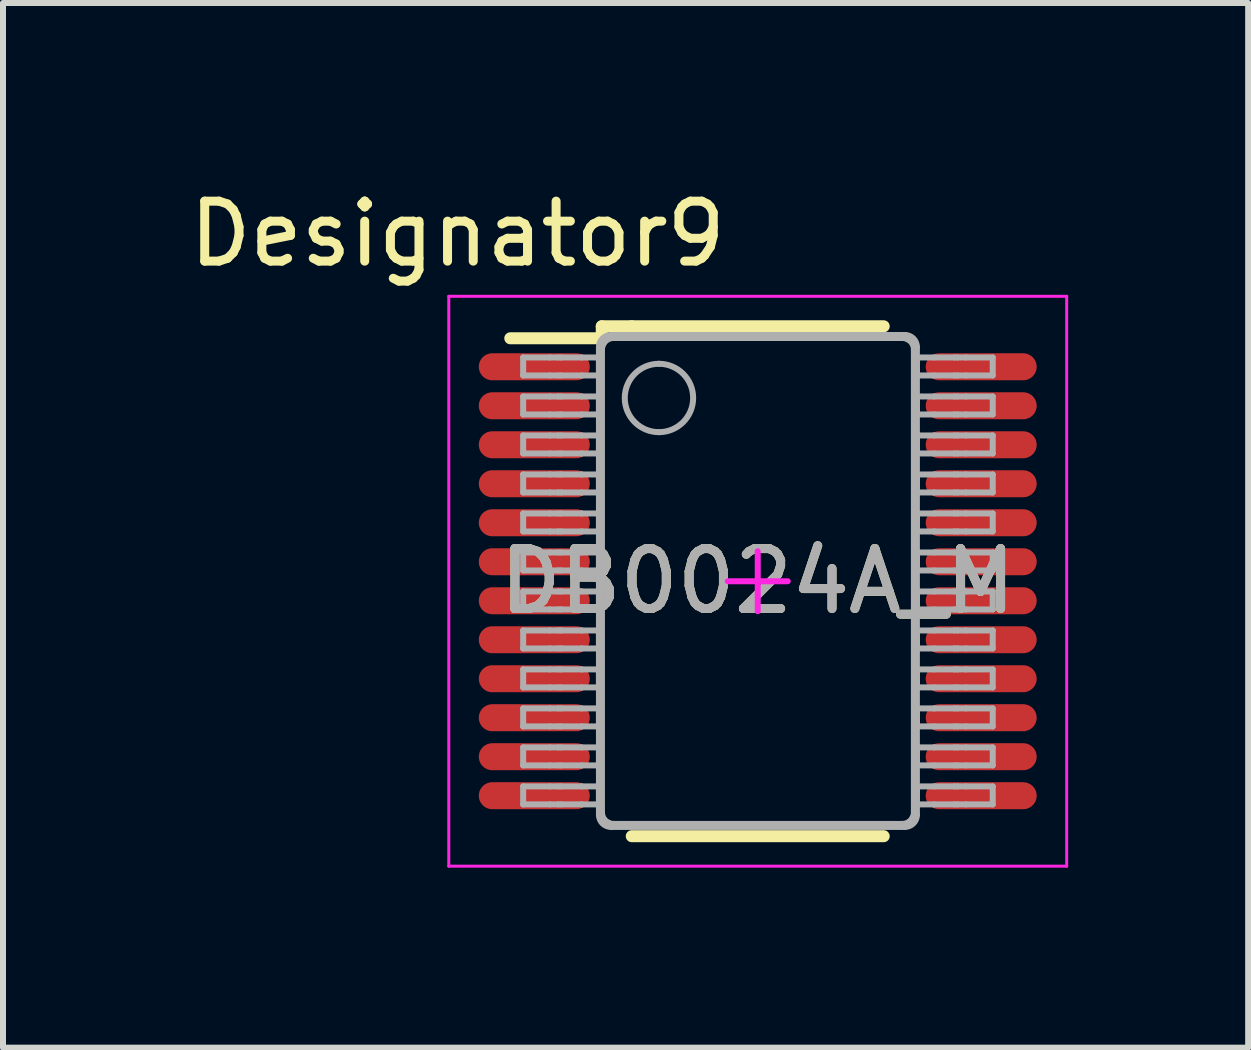
<source format=kicad_pcb>
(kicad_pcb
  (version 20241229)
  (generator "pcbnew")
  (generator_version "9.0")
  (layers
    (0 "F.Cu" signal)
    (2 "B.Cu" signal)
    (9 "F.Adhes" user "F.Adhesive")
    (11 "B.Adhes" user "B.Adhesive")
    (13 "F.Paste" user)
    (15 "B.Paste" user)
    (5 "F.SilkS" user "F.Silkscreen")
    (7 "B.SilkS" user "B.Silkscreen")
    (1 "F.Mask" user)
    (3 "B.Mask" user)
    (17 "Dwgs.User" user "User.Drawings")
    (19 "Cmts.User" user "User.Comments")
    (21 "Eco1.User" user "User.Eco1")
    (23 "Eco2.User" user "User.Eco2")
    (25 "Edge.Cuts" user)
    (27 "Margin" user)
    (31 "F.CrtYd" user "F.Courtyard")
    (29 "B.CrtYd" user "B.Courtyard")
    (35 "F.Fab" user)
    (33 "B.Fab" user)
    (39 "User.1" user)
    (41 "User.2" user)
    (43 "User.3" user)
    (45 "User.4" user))
  (footprint "DB0024A_M"
    (layer "F.Cu")
    (at 9.581 6.639)
    (property "Reference" "DB0024A_M" (at 0 0 0) (unlocked yes) (layer "F.SilkS") (effects (font (size 1 1) (thickness 0.15))))
    (attr smd)
    (fp_line (start -4.125 -4.05) (end -2.6 -4.05) (stroke (width 0.2) (type solid)) (layer "F.SilkS"))
    (fp_line (start -2.6 -4.25) (end -2.1 -4.25) (stroke (width 0.2) (type solid)) (layer "F.SilkS"))
    (fp_line (start -2.6 -4.05) (end -2.6 -4.25) (stroke (width 0.2) (type solid)) (layer "F.SilkS"))
    (fp_line (start -2.1 -4.25) (end 2.1 -4.25) (stroke (width 0.2) (type solid)) (layer "F.SilkS"))
    (fp_line (start -2.1 4.25) (end 2.1 4.25) (stroke (width 0.2) (type solid)) (layer "F.SilkS"))
    (fp_line (start -5.15 -4.75) (end 5.15 -4.75) (stroke (width 0.05) (type solid)) (layer "F.CrtYd"))
    (fp_line (start -5.15 4.75) (end -5.15 -4.75) (stroke (width 0.05) (type solid)) (layer "F.CrtYd"))
    (fp_line (start -5.15 4.75) (end 5.15 4.75) (stroke (width 0.05) (type solid)) (layer "F.CrtYd"))
    (fp_line (start -0.5 0) (end 0.5 0) (stroke (width 0.1) (type solid)) (layer "F.CrtYd"))
    (fp_line (start -0.000003 0.5) (end -0.000003 -0.5) (stroke (width 0.1) (type solid)) (layer "F.CrtYd"))
    (fp_line (start 5.15 4.75) (end 5.15 -4.75) (stroke (width 0.05) (type solid)) (layer "F.CrtYd"))
    (fp_line (start -3.91 -3.73) (end -3.464 -3.73) (stroke (width 0.1) (type solid)) (layer "F.Fab"))
    (fp_line (start -3.91 -3.43) (end -3.91 -3.73) (stroke (width 0.1) (type solid)) (layer "F.Fab"))
    (fp_line (start -3.91 -3.43) (end -3.464 -3.43) (stroke (width 0.1) (type solid)) (layer "F.Fab"))
    (fp_line (start -3.91 -3.08) (end -3.464 -3.08) (stroke (width 0.1) (type solid)) (layer "F.Fab"))
    (fp_line (start -3.91 -2.78) (end -3.91 -3.08) (stroke (width 0.1) (type solid)) (layer "F.Fab"))
    (fp_line (start -3.91 -2.78) (end -3.464 -2.78) (stroke (width 0.1) (type solid)) (layer "F.Fab"))
    (fp_line (start -3.91 -2.43) (end -3.464 -2.43) (stroke (width 0.1) (type solid)) (layer "F.Fab"))
    (fp_line (start -3.91 -2.13) (end -3.91 -2.43) (stroke (width 0.1) (type solid)) (layer "F.Fab"))
    (fp_line (start -3.91 -2.13) (end -3.464 -2.13) (stroke (width 0.1) (type solid)) (layer "F.Fab"))
    (fp_line (start -3.91 -1.78) (end -3.464 -1.78) (stroke (width 0.1) (type solid)) (layer "F.Fab"))
    (fp_line (start -3.91 -1.48) (end -3.91 -1.78) (stroke (width 0.1) (type solid)) (layer "F.Fab"))
    (fp_line (start -3.91 -1.48) (end -3.464 -1.48) (stroke (width 0.1) (type solid)) (layer "F.Fab"))
    (fp_line (start -3.91 -1.13) (end -3.464 -1.13) (stroke (width 0.1) (type solid)) (layer "F.Fab"))
    (fp_line (start -3.91 -0.83) (end -3.91 -1.13) (stroke (width 0.1) (type solid)) (layer "F.Fab"))
    (fp_line (start -3.91 -0.83) (end -3.464 -0.83) (stroke (width 0.1) (type solid)) (layer "F.Fab"))
    (fp_line (start -3.91 -0.48) (end -3.464 -0.48) (stroke (width 0.1) (type solid)) (layer "F.Fab"))
    (fp_line (start -3.91 -0.18) (end -3.91 -0.48) (stroke (width 0.1) (type solid)) (layer "F.Fab"))
    (fp_line (start -3.91 -0.18) (end -3.464 -0.18) (stroke (width 0.1) (type solid)) (layer "F.Fab"))
    (fp_line (start -3.91 0.17) (end -3.464 0.17) (stroke (width 0.1) (type solid)) (layer "F.Fab"))
    (fp_line (start -3.91 0.47) (end -3.91 0.17) (stroke (width 0.1) (type solid)) (layer "F.Fab"))
    (fp_line (start -3.91 0.47) (end -3.464 0.47) (stroke (width 0.1) (type solid)) (layer "F.Fab"))
    (fp_line (start -3.91 0.82) (end -3.464 0.82) (stroke (width 0.1) (type solid)) (layer "F.Fab"))
    (fp_line (start -3.91 1.12) (end -3.91 0.82) (stroke (width 0.1) (type solid)) (layer "F.Fab"))
    (fp_line (start -3.91 1.12) (end -3.464 1.12) (stroke (width 0.1) (type solid)) (layer "F.Fab"))
    (fp_line (start -3.91 1.47) (end -3.464 1.47) (stroke (width 0.1) (type solid)) (layer "F.Fab"))
    (fp_line (start -3.91 1.77) (end -3.91 1.47) (stroke (width 0.1) (type solid)) (layer "F.Fab"))
    (fp_line (start -3.91 1.77) (end -3.464 1.77) (stroke (width 0.1) (type solid)) (layer "F.Fab"))
    (fp_line (start -3.91 2.12) (end -3.464 2.12) (stroke (width 0.1) (type solid)) (layer "F.Fab"))
    (fp_line (start -3.91 2.42) (end -3.91 2.12) (stroke (width 0.1) (type solid)) (layer "F.Fab"))
    (fp_line (start -3.91 2.42) (end -3.464 2.42) (stroke (width 0.1) (type solid)) (layer "F.Fab"))
    (fp_line (start -3.91 2.77) (end -3.464 2.77) (stroke (width 0.1) (type solid)) (layer "F.Fab"))
    (fp_line (start -3.91 3.07) (end -3.91 2.77) (stroke (width 0.1) (type solid)) (layer "F.Fab"))
    (fp_line (start -3.91 3.07) (end -3.464 3.07) (stroke (width 0.1) (type solid)) (layer "F.Fab"))
    (fp_line (start -3.91 3.42) (end -3.464 3.42) (stroke (width 0.1) (type solid)) (layer "F.Fab"))
    (fp_line (start -3.91 3.72) (end -3.91 3.42) (stroke (width 0.1) (type solid)) (layer "F.Fab"))
    (fp_line (start -3.91 3.72) (end -3.464 3.72) (stroke (width 0.1) (type solid)) (layer "F.Fab"))
    (fp_line (start -3.464 -3.73) (end -3.326 -3.73) (stroke (width 0.1) (type solid)) (layer "F.Fab"))
    (fp_line (start -3.464 -3.43) (end -3.326 -3.43) (stroke (width 0.1) (type solid)) (layer "F.Fab"))
    (fp_line (start -3.464 -3.08) (end -3.326 -3.08) (stroke (width 0.1) (type solid)) (layer "F.Fab"))
    (fp_line (start -3.464 -2.78) (end -3.326 -2.78) (stroke (width 0.1) (type solid)) (layer "F.Fab"))
    (fp_line (start -3.464 -2.43) (end -3.326 -2.43) (stroke (width 0.1) (type solid)) (layer "F.Fab"))
    (fp_line (start -3.464 -2.13) (end -3.326 -2.13) (stroke (width 0.1) (type solid)) (layer "F.Fab"))
    (fp_line (start -3.464 -1.78) (end -3.326 -1.78) (stroke (width 0.1) (type solid)) (layer "F.Fab"))
    (fp_line (start -3.464 -1.48) (end -3.326 -1.48) (stroke (width 0.1) (type solid)) (layer "F.Fab"))
    (fp_line (start -3.464 -1.13) (end -3.326 -1.13) (stroke (width 0.1) (type solid)) (layer "F.Fab"))
    (fp_line (start -3.464 -0.83) (end -3.326 -0.83) (stroke (width 0.1) (type solid)) (layer "F.Fab"))
    (fp_line (start -3.464 -0.48) (end -3.326 -0.48) (stroke (width 0.1) (type solid)) (layer "F.Fab"))
    (fp_line (start -3.464 -0.18) (end -3.326 -0.18) (stroke (width 0.1) (type solid)) (layer "F.Fab"))
    (fp_line (start -3.464 0.17) (end -3.326 0.17) (stroke (width 0.1) (type solid)) (layer "F.Fab"))
    (fp_line (start -3.464 0.47) (end -3.326 0.47) (stroke (width 0.1) (type solid)) (layer "F.Fab"))
    (fp_line (start -3.464 0.82) (end -3.326 0.82) (stroke (width 0.1) (type solid)) (layer "F.Fab"))
    (fp_line (start -3.464 1.12) (end -3.326 1.12) (stroke (width 0.1) (type solid)) (layer "F.Fab"))
    (fp_line (start -3.464 1.47) (end -3.326 1.47) (stroke (width 0.1) (type solid)) (layer "F.Fab"))
    (fp_line (start -3.464 1.77) (end -3.326 1.77) (stroke (width 0.1) (type solid)) (layer "F.Fab"))
    (fp_line (start -3.464 2.12) (end -3.326 2.12) (stroke (width 0.1) (type solid)) (layer "F.Fab"))
    (fp_line (start -3.464 2.42) (end -3.326 2.42) (stroke (width 0.1) (type solid)) (layer "F.Fab"))
    (fp_line (start -3.464 2.77) (end -3.326 2.77) (stroke (width 0.1) (type solid)) (layer "F.Fab"))
    (fp_line (start -3.464 3.07) (end -3.326 3.07) (stroke (width 0.1) (type solid)) (layer "F.Fab"))
    (fp_line (start -3.464 3.42) (end -3.326 3.42) (stroke (width 0.1) (type solid)) (layer "F.Fab"))
    (fp_line (start -3.464 3.72) (end -3.326 3.72) (stroke (width 0.1) (type solid)) (layer "F.Fab"))
    (fp_line (start -3.326 -3.73) (end -3.272 -3.73) (stroke (width 0.1) (type solid)) (layer "F.Fab"))
    (fp_line (start -3.326 -3.43) (end -3.272 -3.43) (stroke (width 0.1) (type solid)) (layer "F.Fab"))
    (fp_line (start -3.326 -3.08) (end -3.272 -3.08) (stroke (width 0.1) (type solid)) (layer "F.Fab"))
    (fp_line (start -3.326 -2.78) (end -3.272 -2.78) (stroke (width 0.1) (type solid)) (layer "F.Fab"))
    (fp_line (start -3.326 -2.43) (end -3.272 -2.43) (stroke (width 0.1) (type solid)) (layer "F.Fab"))
    (fp_line (start -3.326 -2.13) (end -3.272 -2.13) (stroke (width 0.1) (type solid)) (layer "F.Fab"))
    (fp_line (start -3.326 -1.78) (end -3.272 -1.78) (stroke (width 0.1) (type solid)) (layer "F.Fab"))
    (fp_line (start -3.326 -1.48) (end -3.272 -1.48) (stroke (width 0.1) (type solid)) (layer "F.Fab"))
    (fp_line (start -3.326 -1.13) (end -3.272 -1.13) (stroke (width 0.1) (type solid)) (layer "F.Fab"))
    (fp_line (start -3.326 -0.83) (end -3.272 -0.83) (stroke (width 0.1) (type solid)) (layer "F.Fab"))
    (fp_line (start -3.326 -0.48) (end -3.272 -0.48) (stroke (width 0.1) (type solid)) (layer "F.Fab"))
    (fp_line (start -3.326 -0.18) (end -3.272 -0.18) (stroke (width 0.1) (type solid)) (layer "F.Fab"))
    (fp_line (start -3.326 0.17) (end -3.272 0.17) (stroke (width 0.1) (type solid)) (layer "F.Fab"))
    (fp_line (start -3.326 0.47) (end -3.272 0.47) (stroke (width 0.1) (type solid)) (layer "F.Fab"))
    (fp_line (start -3.326 0.82) (end -3.272 0.82) (stroke (width 0.1) (type solid)) (layer "F.Fab"))
    (fp_line (start -3.326 1.12) (end -3.272 1.12) (stroke (width 0.1) (type solid)) (layer "F.Fab"))
    (fp_line (start -3.326 1.47) (end -3.272 1.47) (stroke (width 0.1) (type solid)) (layer "F.Fab"))
    (fp_line (start -3.326 1.77) (end -3.272 1.77) (stroke (width 0.1) (type solid)) (layer "F.Fab"))
    (fp_line (start -3.326 2.12) (end -3.272 2.12) (stroke (width 0.1) (type solid)) (layer "F.Fab"))
    (fp_line (start -3.326 2.42) (end -3.272 2.42) (stroke (width 0.1) (type solid)) (layer "F.Fab"))
    (fp_line (start -3.326 2.77) (end -3.272 2.77) (stroke (width 0.1) (type solid)) (layer "F.Fab"))
    (fp_line (start -3.326 3.07) (end -3.272 3.07) (stroke (width 0.1) (type solid)) (layer "F.Fab"))
    (fp_line (start -3.326 3.42) (end -3.272 3.42) (stroke (width 0.1) (type solid)) (layer "F.Fab"))
    (fp_line (start -3.326 3.72) (end -3.272 3.72) (stroke (width 0.1) (type solid)) (layer "F.Fab"))
    (fp_line (start -3.272 -3.73) (end -2.934 -3.73) (stroke (width 0.1) (type solid)) (layer "F.Fab"))
    (fp_line (start -3.272 -3.43) (end -2.934 -3.43) (stroke (width 0.1) (type solid)) (layer "F.Fab"))
    (fp_line (start -3.272 -3.08) (end -2.934 -3.08) (stroke (width 0.1) (type solid)) (layer "F.Fab"))
    (fp_line (start -3.272 -2.78) (end -2.934 -2.78) (stroke (width 0.1) (type solid)) (layer "F.Fab"))
    (fp_line (start -3.272 -2.43) (end -2.934 -2.43) (stroke (width 0.1) (type solid)) (layer "F.Fab"))
    (fp_line (start -3.272 -2.13) (end -2.934 -2.13) (stroke (width 0.1) (type solid)) (layer "F.Fab"))
    (fp_line (start -3.272 -1.78) (end -2.934 -1.78) (stroke (width 0.1) (type solid)) (layer "F.Fab"))
    (fp_line (start -3.272 -1.48) (end -2.934 -1.48) (stroke (width 0.1) (type solid)) (layer "F.Fab"))
    (fp_line (start -3.272 -1.13) (end -2.934 -1.13) (stroke (width 0.1) (type solid)) (layer "F.Fab"))
    (fp_line (start -3.272 -0.83) (end -2.934 -0.83) (stroke (width 0.1) (type solid)) (layer "F.Fab"))
    (fp_line (start -3.272 -0.48) (end -2.934 -0.48) (stroke (width 0.1) (type solid)) (layer "F.Fab"))
    (fp_line (start -3.272 -0.18) (end -2.934 -0.18) (stroke (width 0.1) (type solid)) (layer "F.Fab"))
    (fp_line (start -3.272 0.17) (end -2.934 0.17) (stroke (width 0.1) (type solid)) (layer "F.Fab"))
    (fp_line (start -3.272 0.47) (end -2.934 0.47) (stroke (width 0.1) (type solid)) (layer "F.Fab"))
    (fp_line (start -3.272 0.82) (end -2.934 0.82) (stroke (width 0.1) (type solid)) (layer "F.Fab"))
    (fp_line (start -3.272 1.12) (end -2.934 1.12) (stroke (width 0.1) (type solid)) (layer "F.Fab"))
    (fp_line (start -3.272 1.47) (end -2.934 1.47) (stroke (width 0.1) (type solid)) (layer "F.Fab"))
    (fp_line (start -3.272 1.77) (end -2.934 1.77) (stroke (width 0.1) (type solid)) (layer "F.Fab"))
    (fp_line (start -3.272 2.12) (end -2.934 2.12) (stroke (width 0.1) (type solid)) (layer "F.Fab"))
    (fp_line (start -3.272 2.42) (end -2.934 2.42) (stroke (width 0.1) (type solid)) (layer "F.Fab"))
    (fp_line (start -3.272 2.77) (end -2.934 2.77) (stroke (width 0.1) (type solid)) (layer "F.Fab"))
    (fp_line (start -3.272 3.07) (end -2.934 3.07) (stroke (width 0.1) (type solid)) (layer "F.Fab"))
    (fp_line (start -3.272 3.42) (end -2.934 3.42) (stroke (width 0.1) (type solid)) (layer "F.Fab"))
    (fp_line (start -3.272 3.72) (end -2.934 3.72) (stroke (width 0.1) (type solid)) (layer "F.Fab"))
    (fp_line (start -2.934 -3.73) (end -2.647 -3.73) (stroke (width 0.1) (type solid)) (layer "F.Fab"))
    (fp_line (start -2.934 -3.43) (end -2.647 -3.43) (stroke (width 0.1) (type solid)) (layer "F.Fab"))
    (fp_line (start -2.934 -3.08) (end -2.647 -3.08) (stroke (width 0.1) (type solid)) (layer "F.Fab"))
    (fp_line (start -2.934 -2.78) (end -2.647 -2.78) (stroke (width 0.1) (type solid)) (layer "F.Fab"))
    (fp_line (start -2.934 -2.43) (end -2.647 -2.43) (stroke (width 0.1) (type solid)) (layer "F.Fab"))
    (fp_line (start -2.934 -2.13) (end -2.647 -2.13) (stroke (width 0.1) (type solid)) (layer "F.Fab"))
    (fp_line (start -2.934 -1.78) (end -2.647 -1.78) (stroke (width 0.1) (type solid)) (layer "F.Fab"))
    (fp_line (start -2.934 -1.48) (end -2.647 -1.48) (stroke (width 0.1) (type solid)) (layer "F.Fab"))
    (fp_line (start -2.934 -1.13) (end -2.647 -1.13) (stroke (width 0.1) (type solid)) (layer "F.Fab"))
    (fp_line (start -2.934 -0.83) (end -2.647 -0.83) (stroke (width 0.1) (type solid)) (layer "F.Fab"))
    (fp_line (start -2.934 -0.48) (end -2.647 -0.48) (stroke (width 0.1) (type solid)) (layer "F.Fab"))
    (fp_line (start -2.934 -0.18) (end -2.647 -0.18) (stroke (width 0.1) (type solid)) (layer "F.Fab"))
    (fp_line (start -2.934 0.17) (end -2.647 0.17) (stroke (width 0.1) (type solid)) (layer "F.Fab"))
    (fp_line (start -2.934 0.47) (end -2.647 0.47) (stroke (width 0.1) (type solid)) (layer "F.Fab"))
    (fp_line (start -2.934 0.82) (end -2.647 0.82) (stroke (width 0.1) (type solid)) (layer "F.Fab"))
    (fp_line (start -2.934 1.12) (end -2.647 1.12) (stroke (width 0.1) (type solid)) (layer "F.Fab"))
    (fp_line (start -2.934 1.47) (end -2.647 1.47) (stroke (width 0.1) (type solid)) (layer "F.Fab"))
    (fp_line (start -2.934 1.77) (end -2.647 1.77) (stroke (width 0.1) (type solid)) (layer "F.Fab"))
    (fp_line (start -2.934 2.12) (end -2.647 2.12) (stroke (width 0.1) (type solid)) (layer "F.Fab"))
    (fp_line (start -2.934 2.42) (end -2.647 2.42) (stroke (width 0.1) (type solid)) (layer "F.Fab"))
    (fp_line (start -2.934 2.77) (end -2.647 2.77) (stroke (width 0.1) (type solid)) (layer "F.Fab"))
    (fp_line (start -2.934 3.07) (end -2.647 3.07) (stroke (width 0.1) (type solid)) (layer "F.Fab"))
    (fp_line (start -2.934 3.42) (end -2.647 3.42) (stroke (width 0.1) (type solid)) (layer "F.Fab"))
    (fp_line (start -2.934 3.72) (end -2.647 3.72) (stroke (width 0.1) (type solid)) (layer "F.Fab"))
    (fp_line (start -2.647 -3.43) (end -2.647 -3.73) (stroke (width 0.1) (type solid)) (layer "F.Fab"))
    (fp_line (start -2.647 -2.78) (end -2.647 -3.08) (stroke (width 0.1) (type solid)) (layer "F.Fab"))
    (fp_line (start -2.647 -2.13) (end -2.647 -2.43) (stroke (width 0.1) (type solid)) (layer "F.Fab"))
    (fp_line (start -2.647 -1.48) (end -2.647 -1.78) (stroke (width 0.1) (type solid)) (layer "F.Fab"))
    (fp_line (start -2.647 -0.83) (end -2.647 -1.13) (stroke (width 0.1) (type solid)) (layer "F.Fab"))
    (fp_line (start -2.647 -0.18) (end -2.647 -0.48) (stroke (width 0.1) (type solid)) (layer "F.Fab"))
    (fp_line (start -2.647 0.47) (end -2.647 0.17) (stroke (width 0.1) (type solid)) (layer "F.Fab"))
    (fp_line (start -2.647 1.12) (end -2.647 0.82) (stroke (width 0.1) (type solid)) (layer "F.Fab"))
    (fp_line (start -2.647 1.77) (end -2.647 1.47) (stroke (width 0.1) (type solid)) (layer "F.Fab"))
    (fp_line (start -2.647 2.42) (end -2.647 2.12) (stroke (width 0.1) (type solid)) (layer "F.Fab"))
    (fp_line (start -2.647 3.07) (end -2.647 2.77) (stroke (width 0.1) (type solid)) (layer "F.Fab"))
    (fp_line (start -2.647 3.72) (end -2.647 3.42) (stroke (width 0.1) (type solid)) (layer "F.Fab"))
    (fp_line (start -2.647 3.895) (end -2.647 -3.905) (stroke (width 0.1) (type solid)) (layer "F.Fab"))
    (fp_line (start -2.597 3.849) (end -2.597 -3.859) (stroke (width 0.1) (type solid)) (layer "F.Fab"))
    (fp_line (start -2.447 -4.105) (end 2.453 -4.105) (stroke (width 0.1) (type solid)) (layer "F.Fab"))
    (fp_line (start -2.447 4.095) (end 2.453 4.095) (stroke (width 0.1) (type solid)) (layer "F.Fab"))
    (fp_line (start -2.401 -4.055) (end 2.408 -4.055) (stroke (width 0.1) (type solid)) (layer "F.Fab"))
    (fp_line (start -2.401 4.045) (end 2.408 4.045) (stroke (width 0.1) (type solid)) (layer "F.Fab"))
    (fp_line (start 2.603 3.849) (end 2.603 -3.859) (stroke (width 0.1) (type solid)) (layer "F.Fab"))
    (fp_line (start 2.653 -3.73) (end 2.941 -3.73) (stroke (width 0.1) (type solid)) (layer "F.Fab"))
    (fp_line (start 2.653 -3.43) (end 2.653 -3.73) (stroke (width 0.1) (type solid)) (layer "F.Fab"))
    (fp_line (start 2.653 -3.43) (end 2.941 -3.43) (stroke (width 0.1) (type solid)) (layer "F.Fab"))
    (fp_line (start 2.653 -3.08) (end 2.941 -3.08) (stroke (width 0.1) (type solid)) (layer "F.Fab"))
    (fp_line (start 2.653 -2.78) (end 2.653 -3.08) (stroke (width 0.1) (type solid)) (layer "F.Fab"))
    (fp_line (start 2.653 -2.78) (end 2.941 -2.78) (stroke (width 0.1) (type solid)) (layer "F.Fab"))
    (fp_line (start 2.653 -2.43) (end 2.941 -2.43) (stroke (width 0.1) (type solid)) (layer "F.Fab"))
    (fp_line (start 2.653 -2.13) (end 2.653 -2.43) (stroke (width 0.1) (type solid)) (layer "F.Fab"))
    (fp_line (start 2.653 -2.13) (end 2.941 -2.13) (stroke (width 0.1) (type solid)) (layer "F.Fab"))
    (fp_line (start 2.653 -1.78) (end 2.941 -1.78) (stroke (width 0.1) (type solid)) (layer "F.Fab"))
    (fp_line (start 2.653 -1.48) (end 2.653 -1.78) (stroke (width 0.1) (type solid)) (layer "F.Fab"))
    (fp_line (start 2.653 -1.48) (end 2.941 -1.48) (stroke (width 0.1) (type solid)) (layer "F.Fab"))
    (fp_line (start 2.653 -1.13) (end 2.941 -1.13) (stroke (width 0.1) (type solid)) (layer "F.Fab"))
    (fp_line (start 2.653 -0.83) (end 2.653 -1.13) (stroke (width 0.1) (type solid)) (layer "F.Fab"))
    (fp_line (start 2.653 -0.83) (end 2.941 -0.83) (stroke (width 0.1) (type solid)) (layer "F.Fab"))
    (fp_line (start 2.653 -0.48) (end 2.941 -0.48) (stroke (width 0.1) (type solid)) (layer "F.Fab"))
    (fp_line (start 2.653 -0.18) (end 2.653 -0.48) (stroke (width 0.1) (type solid)) (layer "F.Fab"))
    (fp_line (start 2.653 -0.18) (end 2.941 -0.18) (stroke (width 0.1) (type solid)) (layer "F.Fab"))
    (fp_line (start 2.653 0.17) (end 2.941 0.17) (stroke (width 0.1) (type solid)) (layer "F.Fab"))
    (fp_line (start 2.653 0.47) (end 2.653 0.17) (stroke (width 0.1) (type solid)) (layer "F.Fab"))
    (fp_line (start 2.653 0.47) (end 2.941 0.47) (stroke (width 0.1) (type solid)) (layer "F.Fab"))
    (fp_line (start 2.653 0.82) (end 2.941 0.82) (stroke (width 0.1) (type solid)) (layer "F.Fab"))
    (fp_line (start 2.653 1.12) (end 2.653 0.82) (stroke (width 0.1) (type solid)) (layer "F.Fab"))
    (fp_line (start 2.653 1.12) (end 2.941 1.12) (stroke (width 0.1) (type solid)) (layer "F.Fab"))
    (fp_line (start 2.653 1.47) (end 2.941 1.47) (stroke (width 0.1) (type solid)) (layer "F.Fab"))
    (fp_line (start 2.653 1.77) (end 2.653 1.47) (stroke (width 0.1) (type solid)) (layer "F.Fab"))
    (fp_line (start 2.653 1.77) (end 2.941 1.77) (stroke (width 0.1) (type solid)) (layer "F.Fab"))
    (fp_line (start 2.653 2.12) (end 2.941 2.12) (stroke (width 0.1) (type solid)) (layer "F.Fab"))
    (fp_line (start 2.653 2.42) (end 2.653 2.12) (stroke (width 0.1) (type solid)) (layer "F.Fab"))
    (fp_line (start 2.653 2.42) (end 2.941 2.42) (stroke (width 0.1) (type solid)) (layer "F.Fab"))
    (fp_line (start 2.653 2.77) (end 2.941 2.77) (stroke (width 0.1) (type solid)) (layer "F.Fab"))
    (fp_line (start 2.653 3.07) (end 2.653 2.77) (stroke (width 0.1) (type solid)) (layer "F.Fab"))
    (fp_line (start 2.653 3.07) (end 2.941 3.07) (stroke (width 0.1) (type solid)) (layer "F.Fab"))
    (fp_line (start 2.653 3.42) (end 2.941 3.42) (stroke (width 0.1) (type solid)) (layer "F.Fab"))
    (fp_line (start 2.653 3.72) (end 2.653 3.42) (stroke (width 0.1) (type solid)) (layer "F.Fab"))
    (fp_line (start 2.653 3.72) (end 2.941 3.72) (stroke (width 0.1) (type solid)) (layer "F.Fab"))
    (fp_line (start 2.653 3.895) (end 2.653 -3.905) (stroke (width 0.1) (type solid)) (layer "F.Fab"))
    (fp_line (start 2.941 -3.73) (end 3.278 -3.73) (stroke (width 0.1) (type solid)) (layer "F.Fab"))
    (fp_line (start 2.941 -3.43) (end 3.278 -3.43) (stroke (width 0.1) (type solid)) (layer "F.Fab"))
    (fp_line (start 2.941 -3.08) (end 3.278 -3.08) (stroke (width 0.1) (type solid)) (layer "F.Fab"))
    (fp_line (start 2.941 -2.78) (end 3.278 -2.78) (stroke (width 0.1) (type solid)) (layer "F.Fab"))
    (fp_line (start 2.941 -2.43) (end 3.278 -2.43) (stroke (width 0.1) (type solid)) (layer "F.Fab"))
    (fp_line (start 2.941 -2.13) (end 3.278 -2.13) (stroke (width 0.1) (type solid)) (layer "F.Fab"))
    (fp_line (start 2.941 -1.78) (end 3.278 -1.78) (stroke (width 0.1) (type solid)) (layer "F.Fab"))
    (fp_line (start 2.941 -1.48) (end 3.278 -1.48) (stroke (width 0.1) (type solid)) (layer "F.Fab"))
    (fp_line (start 2.941 -1.13) (end 3.278 -1.13) (stroke (width 0.1) (type solid)) (layer "F.Fab"))
    (fp_line (start 2.941 -0.83) (end 3.278 -0.83) (stroke (width 0.1) (type solid)) (layer "F.Fab"))
    (fp_line (start 2.941 -0.48) (end 3.278 -0.48) (stroke (width 0.1) (type solid)) (layer "F.Fab"))
    (fp_line (start 2.941 -0.18) (end 3.278 -0.18) (stroke (width 0.1) (type solid)) (layer "F.Fab"))
    (fp_line (start 2.941 0.17) (end 3.278 0.17) (stroke (width 0.1) (type solid)) (layer "F.Fab"))
    (fp_line (start 2.941 0.47) (end 3.278 0.47) (stroke (width 0.1) (type solid)) (layer "F.Fab"))
    (fp_line (start 2.941 0.82) (end 3.278 0.82) (stroke (width 0.1) (type solid)) (layer "F.Fab"))
    (fp_line (start 2.941 1.12) (end 3.278 1.12) (stroke (width 0.1) (type solid)) (layer "F.Fab"))
    (fp_line (start 2.941 1.47) (end 3.278 1.47) (stroke (width 0.1) (type solid)) (layer "F.Fab"))
    (fp_line (start 2.941 1.77) (end 3.278 1.77) (stroke (width 0.1) (type solid)) (layer "F.Fab"))
    (fp_line (start 2.941 2.12) (end 3.278 2.12) (stroke (width 0.1) (type solid)) (layer "F.Fab"))
    (fp_line (start 2.941 2.42) (end 3.278 2.42) (stroke (width 0.1) (type solid)) (layer "F.Fab"))
    (fp_line (start 2.941 2.77) (end 3.278 2.77) (stroke (width 0.1) (type solid)) (layer "F.Fab"))
    (fp_line (start 2.941 3.07) (end 3.278 3.07) (stroke (width 0.1) (type solid)) (layer "F.Fab"))
    (fp_line (start 2.941 3.42) (end 3.278 3.42) (stroke (width 0.1) (type solid)) (layer "F.Fab"))
    (fp_line (start 2.941 3.72) (end 3.278 3.72) (stroke (width 0.1) (type solid)) (layer "F.Fab"))
    (fp_line (start 3.278 -3.73) (end 3.332 -3.73) (stroke (width 0.1) (type solid)) (layer "F.Fab"))
    (fp_line (start 3.278 -3.43) (end 3.332 -3.43) (stroke (width 0.1) (type solid)) (layer "F.Fab"))
    (fp_line (start 3.278 -3.08) (end 3.332 -3.08) (stroke (width 0.1) (type solid)) (layer "F.Fab"))
    (fp_line (start 3.278 -2.78) (end 3.332 -2.78) (stroke (width 0.1) (type solid)) (layer "F.Fab"))
    (fp_line (start 3.278 -2.43) (end 3.332 -2.43) (stroke (width 0.1) (type solid)) (layer "F.Fab"))
    (fp_line (start 3.278 -2.13) (end 3.332 -2.13) (stroke (width 0.1) (type solid)) (layer "F.Fab"))
    (fp_line (start 3.278 -1.78) (end 3.332 -1.78) (stroke (width 0.1) (type solid)) (layer "F.Fab"))
    (fp_line (start 3.278 -1.48) (end 3.332 -1.48) (stroke (width 0.1) (type solid)) (layer "F.Fab"))
    (fp_line (start 3.278 -1.13) (end 3.332 -1.13) (stroke (width 0.1) (type solid)) (layer "F.Fab"))
    (fp_line (start 3.278 -0.83) (end 3.332 -0.83) (stroke (width 0.1) (type solid)) (layer "F.Fab"))
    (fp_line (start 3.278 -0.48) (end 3.332 -0.48) (stroke (width 0.1) (type solid)) (layer "F.Fab"))
    (fp_line (start 3.278 -0.18) (end 3.332 -0.18) (stroke (width 0.1) (type solid)) (layer "F.Fab"))
    (fp_line (start 3.278 0.17) (end 3.332 0.17) (stroke (width 0.1) (type solid)) (layer "F.Fab"))
    (fp_line (start 3.278 0.47) (end 3.332 0.47) (stroke (width 0.1) (type solid)) (layer "F.Fab"))
    (fp_line (start 3.278 0.82) (end 3.332 0.82) (stroke (width 0.1) (type solid)) (layer "F.Fab"))
    (fp_line (start 3.278 1.12) (end 3.332 1.12) (stroke (width 0.1) (type solid)) (layer "F.Fab"))
    (fp_line (start 3.278 1.47) (end 3.332 1.47) (stroke (width 0.1) (type solid)) (layer "F.Fab"))
    (fp_line (start 3.278 1.77) (end 3.332 1.77) (stroke (width 0.1) (type solid)) (layer "F.Fab"))
    (fp_line (start 3.278 2.12) (end 3.332 2.12) (stroke (width 0.1) (type solid)) (layer "F.Fab"))
    (fp_line (start 3.278 2.42) (end 3.332 2.42) (stroke (width 0.1) (type solid)) (layer "F.Fab"))
    (fp_line (start 3.278 2.77) (end 3.332 2.77) (stroke (width 0.1) (type solid)) (layer "F.Fab"))
    (fp_line (start 3.278 3.07) (end 3.332 3.07) (stroke (width 0.1) (type solid)) (layer "F.Fab"))
    (fp_line (start 3.278 3.42) (end 3.332 3.42) (stroke (width 0.1) (type solid)) (layer "F.Fab"))
    (fp_line (start 3.278 3.72) (end 3.332 3.72) (stroke (width 0.1) (type solid)) (layer "F.Fab"))
    (fp_line (start 3.332 -3.73) (end 3.471 -3.73) (stroke (width 0.1) (type solid)) (layer "F.Fab"))
    (fp_line (start 3.332 -3.43) (end 3.471 -3.43) (stroke (width 0.1) (type solid)) (layer "F.Fab"))
    (fp_line (start 3.332 -3.08) (end 3.471 -3.08) (stroke (width 0.1) (type solid)) (layer "F.Fab"))
    (fp_line (start 3.332 -2.78) (end 3.471 -2.78) (stroke (width 0.1) (type solid)) (layer "F.Fab"))
    (fp_line (start 3.332 -2.43) (end 3.471 -2.43) (stroke (width 0.1) (type solid)) (layer "F.Fab"))
    (fp_line (start 3.332 -2.13) (end 3.471 -2.13) (stroke (width 0.1) (type solid)) (layer "F.Fab"))
    (fp_line (start 3.332 -1.78) (end 3.471 -1.78) (stroke (width 0.1) (type solid)) (layer "F.Fab"))
    (fp_line (start 3.332 -1.48) (end 3.471 -1.48) (stroke (width 0.1) (type solid)) (layer "F.Fab"))
    (fp_line (start 3.332 -1.13) (end 3.471 -1.13) (stroke (width 0.1) (type solid)) (layer "F.Fab"))
    (fp_line (start 3.332 -0.83) (end 3.471 -0.83) (stroke (width 0.1) (type solid)) (layer "F.Fab"))
    (fp_line (start 3.332 -0.48) (end 3.471 -0.48) (stroke (width 0.1) (type solid)) (layer "F.Fab"))
    (fp_line (start 3.332 -0.18) (end 3.471 -0.18) (stroke (width 0.1) (type solid)) (layer "F.Fab"))
    (fp_line (start 3.332 0.17) (end 3.471 0.17) (stroke (width 0.1) (type solid)) (layer "F.Fab"))
    (fp_line (start 3.332 0.47) (end 3.471 0.47) (stroke (width 0.1) (type solid)) (layer "F.Fab"))
    (fp_line (start 3.332 0.82) (end 3.471 0.82) (stroke (width 0.1) (type solid)) (layer "F.Fab"))
    (fp_line (start 3.332 1.12) (end 3.471 1.12) (stroke (width 0.1) (type solid)) (layer "F.Fab"))
    (fp_line (start 3.332 1.47) (end 3.471 1.47) (stroke (width 0.1) (type solid)) (layer "F.Fab"))
    (fp_line (start 3.332 1.77) (end 3.471 1.77) (stroke (width 0.1) (type solid)) (layer "F.Fab"))
    (fp_line (start 3.332 2.12) (end 3.471 2.12) (stroke (width 0.1) (type solid)) (layer "F.Fab"))
    (fp_line (start 3.332 2.42) (end 3.471 2.42) (stroke (width 0.1) (type solid)) (layer "F.Fab"))
    (fp_line (start 3.332 2.77) (end 3.471 2.77) (stroke (width 0.1) (type solid)) (layer "F.Fab"))
    (fp_line (start 3.332 3.07) (end 3.471 3.07) (stroke (width 0.1) (type solid)) (layer "F.Fab"))
    (fp_line (start 3.332 3.42) (end 3.471 3.42) (stroke (width 0.1) (type solid)) (layer "F.Fab"))
    (fp_line (start 3.332 3.72) (end 3.471 3.72) (stroke (width 0.1) (type solid)) (layer "F.Fab"))
    (fp_line (start 3.471 -3.73) (end 3.917 -3.73) (stroke (width 0.1) (type solid)) (layer "F.Fab"))
    (fp_line (start 3.471 -3.43) (end 3.917 -3.43) (stroke (width 0.1) (type solid)) (layer "F.Fab"))
    (fp_line (start 3.471 -3.08) (end 3.917 -3.08) (stroke (width 0.1) (type solid)) (layer "F.Fab"))
    (fp_line (start 3.471 -2.78) (end 3.917 -2.78) (stroke (width 0.1) (type solid)) (layer "F.Fab"))
    (fp_line (start 3.471 -2.43) (end 3.917 -2.43) (stroke (width 0.1) (type solid)) (layer "F.Fab"))
    (fp_line (start 3.471 -2.13) (end 3.917 -2.13) (stroke (width 0.1) (type solid)) (layer "F.Fab"))
    (fp_line (start 3.471 -1.78) (end 3.917 -1.78) (stroke (width 0.1) (type solid)) (layer "F.Fab"))
    (fp_line (start 3.471 -1.48) (end 3.917 -1.48) (stroke (width 0.1) (type solid)) (layer "F.Fab"))
    (fp_line (start 3.471 -1.13) (end 3.917 -1.13) (stroke (width 0.1) (type solid)) (layer "F.Fab"))
    (fp_line (start 3.471 -0.83) (end 3.917 -0.83) (stroke (width 0.1) (type solid)) (layer "F.Fab"))
    (fp_line (start 3.471 -0.48) (end 3.917 -0.48) (stroke (width 0.1) (type solid)) (layer "F.Fab"))
    (fp_line (start 3.471 -0.18) (end 3.917 -0.18) (stroke (width 0.1) (type solid)) (layer "F.Fab"))
    (fp_line (start 3.471 0.17) (end 3.917 0.17) (stroke (width 0.1) (type solid)) (layer "F.Fab"))
    (fp_line (start 3.471 0.47) (end 3.917 0.47) (stroke (width 0.1) (type solid)) (layer "F.Fab"))
    (fp_line (start 3.471 0.82) (end 3.917 0.82) (stroke (width 0.1) (type solid)) (layer "F.Fab"))
    (fp_line (start 3.471 1.12) (end 3.917 1.12) (stroke (width 0.1) (type solid)) (layer "F.Fab"))
    (fp_line (start 3.471 1.47) (end 3.917 1.47) (stroke (width 0.1) (type solid)) (layer "F.Fab"))
    (fp_line (start 3.471 1.77) (end 3.917 1.77) (stroke (width 0.1) (type solid)) (layer "F.Fab"))
    (fp_line (start 3.471 2.12) (end 3.917 2.12) (stroke (width 0.1) (type solid)) (layer "F.Fab"))
    (fp_line (start 3.471 2.42) (end 3.917 2.42) (stroke (width 0.1) (type solid)) (layer "F.Fab"))
    (fp_line (start 3.471 2.77) (end 3.917 2.77) (stroke (width 0.1) (type solid)) (layer "F.Fab"))
    (fp_line (start 3.471 3.07) (end 3.917 3.07) (stroke (width 0.1) (type solid)) (layer "F.Fab"))
    (fp_line (start 3.471 3.42) (end 3.917 3.42) (stroke (width 0.1) (type solid)) (layer "F.Fab"))
    (fp_line (start 3.471 3.72) (end 3.917 3.72) (stroke (width 0.1) (type solid)) (layer "F.Fab"))
    (fp_line (start 3.917 -3.43) (end 3.917 -3.73) (stroke (width 0.1) (type solid)) (layer "F.Fab"))
    (fp_line (start 3.917 -2.78) (end 3.917 -3.08) (stroke (width 0.1) (type solid)) (layer "F.Fab"))
    (fp_line (start 3.917 -2.13) (end 3.917 -2.43) (stroke (width 0.1) (type solid)) (layer "F.Fab"))
    (fp_line (start 3.917 -1.48) (end 3.917 -1.78) (stroke (width 0.1) (type solid)) (layer "F.Fab"))
    (fp_line (start 3.917 -0.83) (end 3.917 -1.13) (stroke (width 0.1) (type solid)) (layer "F.Fab"))
    (fp_line (start 3.917 -0.18) (end 3.917 -0.48) (stroke (width 0.1) (type solid)) (layer "F.Fab"))
    (fp_line (start 3.917 0.47) (end 3.917 0.17) (stroke (width 0.1) (type solid)) (layer "F.Fab"))
    (fp_line (start 3.917 1.12) (end 3.917 0.82) (stroke (width 0.1) (type solid)) (layer "F.Fab"))
    (fp_line (start 3.917 1.77) (end 3.917 1.47) (stroke (width 0.1) (type solid)) (layer "F.Fab"))
    (fp_line (start 3.917 2.42) (end 3.917 2.12) (stroke (width 0.1) (type solid)) (layer "F.Fab"))
    (fp_line (start 3.917 3.07) (end 3.917 2.77) (stroke (width 0.1) (type solid)) (layer "F.Fab"))
    (fp_line (start 3.917 3.72) (end 3.917 3.42) (stroke (width 0.1) (type solid)) (layer "F.Fab"))
    (fp_arc (start -2.646746 -3.905001) (mid -2.588168 -4.046422) (end -2.446746 -4.105001) (stroke (width 0.1) (type solid)) (layer "F.Fab"))
    (fp_arc (start -2.596746 -3.859369) (mid -2.591434 -3.905402) (end -2.575603 -3.948952) (stroke (width 0.1) (type solid)) (layer "F.Fab"))
    (fp_arc (start -2.575602 -3.948953) (mid -2.503469 -4.026837) (end -2.401117 -4.055) (stroke (width 0.1) (type solid)) (layer "F.Fab"))
    (fp_arc (start -2.491219 4.023591) (mid -2.568735 3.951473) (end -2.596746 3.849369) (stroke (width 0.1) (type solid)) (layer "F.Fab"))
    (fp_arc (start -2.446746 4.094998) (mid -2.588168 4.03642) (end -2.646746 3.894999) (stroke (width 0.1) (type solid)) (layer "F.Fab"))
    (fp_arc (start -2.401119 4.045) (mid -2.447434 4.039619) (end -2.49122 4.023592) (stroke (width 0.1) (type solid)) (layer "F.Fab"))
    (fp_arc (start -1.646748 -3.624999) (mid -1.076749 -3.055) (end -1.646748 -2.485001) (stroke (width 0.1) (type solid)) (layer "F.Fab"))
    (fp_arc (start -1.646748 -2.485001) (mid -2.216747 -3.055) (end -1.646748 -3.624999) (stroke (width 0.1) (type solid)) (layer "F.Fab"))
    (fp_arc (start 2.407622 -4.055) (mid 2.453797 -4.049653) (end 2.497466 -4.033724) (stroke (width 0.1) (type solid)) (layer "F.Fab"))
    (fp_arc (start 2.453254 -4.105001) (mid 2.594675 -4.046422) (end 2.653254 -3.905001) (stroke (width 0.1) (type solid)) (layer "F.Fab"))
    (fp_arc (start 2.497468 -4.033726) (mid 2.575168 -3.9616) (end 2.603256 -3.859371) (stroke (width 0.1) (type solid)) (layer "F.Fab"))
    (fp_arc (start 2.581845 3.939473) (mid 2.509726 4.016988) (end 2.407623 4.045) (stroke (width 0.1) (type solid)) (layer "F.Fab"))
    (fp_arc (start 2.603253 3.84937) (mid 2.597872 3.895685) (end 2.581845 3.939472) (stroke (width 0.1) (type solid)) (layer "F.Fab"))
    (fp_arc (start 2.653254 3.894999) (mid 2.594675 4.03642) (end 2.453254 4.094998) (stroke (width 0.1) (type solid)) (layer "F.Fab"))
    (fp_text user "Designator9" (at -5.004 -5.791 0) (unlocked yes) (layer "F.SilkS") (effects (font (size 1 1) (thickness 0.15))))
    (fp_text user "${REFERENCE}" (at 0 0 0) (unlocked yes) (layer "F.Fab") (effects (font (size 1 1) (thickness 0.15))))
    (pad "1" smd oval (at -3.725 -3.575 90) (size 0.45 1.85) (layers "F.Cu" "F.Mask" "F.Paste"))
    (pad "2" smd oval (at -3.725 -2.925 90) (size 0.45 1.85) (layers "F.Cu" "F.Mask" "F.Paste"))
    (pad "3" smd oval (at -3.725 -2.275 90) (size 0.45 1.85) (layers "F.Cu" "F.Mask" "F.Paste"))
    (pad "4" smd oval (at -3.725 -1.625 90) (size 0.45 1.85) (layers "F.Cu" "F.Mask" "F.Paste"))
    (pad "5" smd oval (at -3.725 -0.975 90) (size 0.45 1.85) (layers "F.Cu" "F.Mask" "F.Paste"))
    (pad "6" smd oval (at -3.725 -0.325 90) (size 0.45 1.85) (layers "F.Cu" "F.Mask" "F.Paste"))
    (pad "7" smd oval (at -3.725 0.325 90) (size 0.45 1.85) (layers "F.Cu" "F.Mask" "F.Paste"))
    (pad "8" smd oval (at -3.725 0.975 90) (size 0.45 1.85) (layers "F.Cu" "F.Mask" "F.Paste"))
    (pad "9" smd oval (at -3.725 1.625 90) (size 0.45 1.85) (layers "F.Cu" "F.Mask" "F.Paste"))
    (pad "10" smd oval (at -3.725 2.275 90) (size 0.45 1.85) (layers "F.Cu" "F.Mask" "F.Paste"))
    (pad "11" smd oval (at -3.725 2.925 90) (size 0.45 1.85) (layers "F.Cu" "F.Mask" "F.Paste"))
    (pad "12" smd oval (at -3.725 3.575 90) (size 0.45 1.85) (layers "F.Cu" "F.Mask" "F.Paste"))
    (pad "13" smd oval (at 3.725 3.575 90) (size 0.45 1.85) (layers "F.Cu" "F.Mask" "F.Paste"))
    (pad "14" smd oval (at 3.725 2.925 90) (size 0.45 1.85) (layers "F.Cu" "F.Mask" "F.Paste"))
    (pad "15" smd oval (at 3.725 2.275 90) (size 0.45 1.85) (layers "F.Cu" "F.Mask" "F.Paste"))
    (pad "16" smd oval (at 3.725 1.625 90) (size 0.45 1.85) (layers "F.Cu" "F.Mask" "F.Paste"))
    (pad "17" smd oval (at 3.725 0.975 90) (size 0.45 1.85) (layers "F.Cu" "F.Mask" "F.Paste"))
    (pad "18" smd oval (at 3.725 0.325 90) (size 0.45 1.85) (layers "F.Cu" "F.Mask" "F.Paste"))
    (pad "19" smd oval (at 3.725 -0.325 90) (size 0.45 1.85) (layers "F.Cu" "F.Mask" "F.Paste"))
    (pad "20" smd oval (at 3.725 -0.975 90) (size 0.45 1.85) (layers "F.Cu" "F.Mask" "F.Paste"))
    (pad "21" smd oval (at 3.725 -1.625 90) (size 0.45 1.85) (layers "F.Cu" "F.Mask" "F.Paste"))
    (pad "22" smd oval (at 3.725 -2.275 90) (size 0.45 1.85) (layers "F.Cu" "F.Mask" "F.Paste"))
    (pad "23" smd oval (at 3.725 -2.925 90) (size 0.45 1.85) (layers "F.Cu" "F.Mask" "F.Paste"))
    (pad "24" smd oval (at 3.725 -3.575 90) (size 0.45 1.85) (layers "F.Cu" "F.Mask" "F.Paste")))
  (gr_rect
    (start -3 -3)
    (end 17.756 14.414)
    (stroke (width 0.1) (type default))
    (fill no)
    (layer "Edge.Cuts")))
</source>
